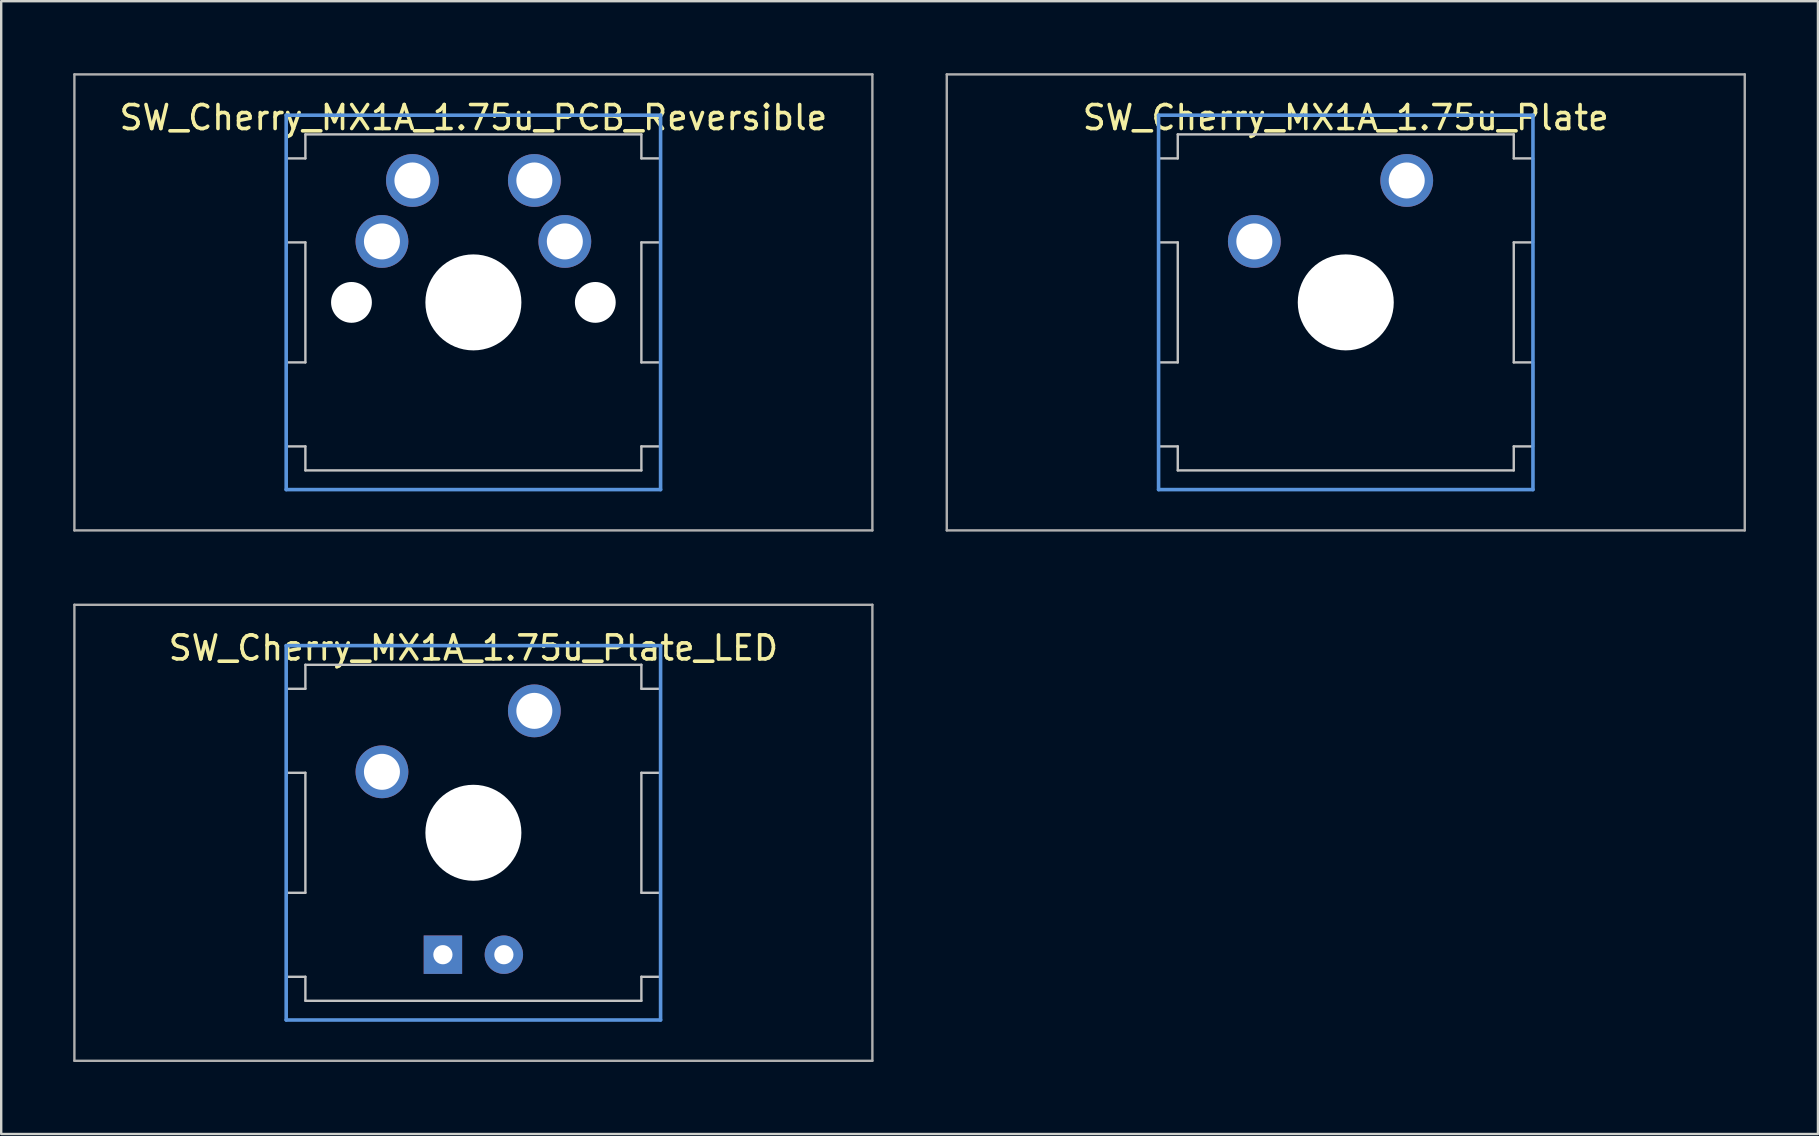
<source format=kicad_pcb>
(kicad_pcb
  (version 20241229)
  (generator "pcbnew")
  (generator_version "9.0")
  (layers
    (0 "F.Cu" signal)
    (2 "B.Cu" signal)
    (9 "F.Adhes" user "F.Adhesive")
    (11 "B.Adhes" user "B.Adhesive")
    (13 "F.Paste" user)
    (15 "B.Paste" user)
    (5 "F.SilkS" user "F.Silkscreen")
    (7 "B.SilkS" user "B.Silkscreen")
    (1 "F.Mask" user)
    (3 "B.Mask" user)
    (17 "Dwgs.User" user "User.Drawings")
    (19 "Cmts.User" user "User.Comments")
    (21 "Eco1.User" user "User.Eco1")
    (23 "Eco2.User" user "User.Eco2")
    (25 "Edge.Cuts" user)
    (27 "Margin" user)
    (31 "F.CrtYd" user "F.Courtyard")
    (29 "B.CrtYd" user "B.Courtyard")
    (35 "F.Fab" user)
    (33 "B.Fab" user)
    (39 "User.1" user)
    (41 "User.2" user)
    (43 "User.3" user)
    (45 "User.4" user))
  (footprint "SW_Cherry_MX1A_1.75u_Plate_LED"
    (layer "F.Cu")
    (at 16.675 31.65)
    (property "Reference" "SW_Cherry_MX1A_1.75u_Plate_LED" (at 0 -7.7 0) (layer "F.SilkS") (effects (font (size 1 1) (thickness 0.15))))
    (attr through_hole)
    (fp_line (start -7.8 -6) (end -7 -6) (stroke (width 0.1) (type solid)) (layer "Dwgs.User"))
    (fp_line (start -7.8 -2.5) (end -7.8 -6) (stroke (width 0.1) (type solid)) (layer "Dwgs.User"))
    (fp_line (start -7.8 -2.5) (end -7 -2.5) (stroke (width 0.1) (type solid)) (layer "Dwgs.User"))
    (fp_line (start -7.8 2.5) (end -7 2.5) (stroke (width 0.1) (type solid)) (layer "Dwgs.User"))
    (fp_line (start -7.8 6) (end -7.8 2.5) (stroke (width 0.1) (type solid)) (layer "Dwgs.User"))
    (fp_line (start -7.8 6) (end -7 6) (stroke (width 0.1) (type solid)) (layer "Dwgs.User"))
    (fp_line (start -7 -7) (end 7 -7) (stroke (width 0.1) (type solid)) (layer "Dwgs.User"))
    (fp_line (start -7 -6) (end -7 -7) (stroke (width 0.1) (type solid)) (layer "Dwgs.User"))
    (fp_line (start -7 -2.5) (end -7 2.5) (stroke (width 0.1) (type solid)) (layer "Dwgs.User"))
    (fp_line (start -7 7) (end -7 6) (stroke (width 0.1) (type solid)) (layer "Dwgs.User"))
    (fp_line (start -7 7) (end 7 7) (stroke (width 0.1) (type solid)) (layer "Dwgs.User"))
    (fp_line (start 7 -6) (end 7 -7) (stroke (width 0.1) (type solid)) (layer "Dwgs.User"))
    (fp_line (start 7 -6) (end 7.8 -6) (stroke (width 0.1) (type solid)) (layer "Dwgs.User"))
    (fp_line (start 7 -2.5) (end 7 2.5) (stroke (width 0.1) (type solid)) (layer "Dwgs.User"))
    (fp_line (start 7 -2.5) (end 7.8 -2.5) (stroke (width 0.1) (type solid)) (layer "Dwgs.User"))
    (fp_line (start 7 2.5) (end 7.8 2.5) (stroke (width 0.1) (type solid)) (layer "Dwgs.User"))
    (fp_line (start 7 6) (end 7.8 6) (stroke (width 0.1) (type solid)) (layer "Dwgs.User"))
    (fp_line (start 7 7) (end 7 6) (stroke (width 0.1) (type solid)) (layer "Dwgs.User"))
    (fp_line (start 7.8 -2.5) (end 7.8 -6) (stroke (width 0.1) (type solid)) (layer "Dwgs.User"))
    (fp_line (start 7.8 6) (end 7.8 2.5) (stroke (width 0.1) (type solid)) (layer "Dwgs.User"))
    (fp_line (start -7.8 -7.8) (end 7.8 -7.8) (stroke (width 0.15) (type solid)) (layer "Cmts.User"))
    (fp_line (start -7.8 7.8) (end -7.8 -7.8) (stroke (width 0.15) (type solid)) (layer "Cmts.User"))
    (fp_line (start 7.8 -7.8) (end 7.8 7.8) (stroke (width 0.15) (type solid)) (layer "Cmts.User"))
    (fp_line (start 7.8 7.8) (end -7.8 7.8) (stroke (width 0.15) (type solid)) (layer "Cmts.User"))
    (fp_line (start -16.625 -9.5) (end 16.625 -9.5) (stroke (width 0.1) (type solid)) (layer "F.Fab"))
    (fp_line (start -16.625 9.5) (end -16.625 -9.5) (stroke (width 0.1) (type solid)) (layer "F.Fab"))
    (fp_line (start 16.625 -9.5) (end 16.625 9.5) (stroke (width 0.1) (type solid)) (layer "F.Fab"))
    (fp_line (start 16.625 9.5) (end -16.625 9.5) (stroke (width 0.1) (type solid)) (layer "F.Fab"))
    (pad "" np_thru_hole circle (at 0 0) (size 4 4) (drill 4) (layers "*.Cu" "*.Mask"))
    (pad "1" thru_hole circle (at -3.81 -2.54) (size 2.2 2.2) (drill 1.5) (layers "*.Cu" "*.Mask"))
    (pad "2" thru_hole circle (at 2.54 -5.08) (size 2.2 2.2) (drill 1.5) (layers "*.Cu" "*.Mask"))
    (pad "3" thru_hole rect (at -1.27 5.08) (size 1.6 1.6) (drill 0.8) (layers "*.Cu" "*.Mask"))
    (pad "4" thru_hole circle (at 1.27 5.08) (size 1.6 1.6) (drill 0.8) (layers "*.Cu" "*.Mask")))
  (footprint "SW_Cherry_MX1A_1.75u_PCB_Reversible"
    (layer "F.Cu")
    (at 16.675 9.55)
    (property "Reference" "SW_Cherry_MX1A_1.75u_PCB_Reversible" (at 0 -7.7 0) (layer "F.SilkS") (effects (font (size 1 1) (thickness 0.15))))
    (attr through_hole)
    (fp_line (start -7.8 -6) (end -7 -6) (stroke (width 0.1) (type solid)) (layer "Dwgs.User"))
    (fp_line (start -7.8 -2.5) (end -7.8 -6) (stroke (width 0.1) (type solid)) (layer "Dwgs.User"))
    (fp_line (start -7.8 -2.5) (end -7 -2.5) (stroke (width 0.1) (type solid)) (layer "Dwgs.User"))
    (fp_line (start -7.8 2.5) (end -7 2.5) (stroke (width 0.1) (type solid)) (layer "Dwgs.User"))
    (fp_line (start -7.8 6) (end -7.8 2.5) (stroke (width 0.1) (type solid)) (layer "Dwgs.User"))
    (fp_line (start -7.8 6) (end -7 6) (stroke (width 0.1) (type solid)) (layer "Dwgs.User"))
    (fp_line (start -7 -7) (end 7 -7) (stroke (width 0.1) (type solid)) (layer "Dwgs.User"))
    (fp_line (start -7 -6) (end -7 -7) (stroke (width 0.1) (type solid)) (layer "Dwgs.User"))
    (fp_line (start -7 -2.5) (end -7 2.5) (stroke (width 0.1) (type solid)) (layer "Dwgs.User"))
    (fp_line (start -7 7) (end -7 6) (stroke (width 0.1) (type solid)) (layer "Dwgs.User"))
    (fp_line (start -7 7) (end 7 7) (stroke (width 0.1) (type solid)) (layer "Dwgs.User"))
    (fp_line (start 7 -6) (end 7 -7) (stroke (width 0.1) (type solid)) (layer "Dwgs.User"))
    (fp_line (start 7 -6) (end 7.8 -6) (stroke (width 0.1) (type solid)) (layer "Dwgs.User"))
    (fp_line (start 7 -2.5) (end 7 2.5) (stroke (width 0.1) (type solid)) (layer "Dwgs.User"))
    (fp_line (start 7 -2.5) (end 7.8 -2.5) (stroke (width 0.1) (type solid)) (layer "Dwgs.User"))
    (fp_line (start 7 2.5) (end 7.8 2.5) (stroke (width 0.1) (type solid)) (layer "Dwgs.User"))
    (fp_line (start 7 6) (end 7.8 6) (stroke (width 0.1) (type solid)) (layer "Dwgs.User"))
    (fp_line (start 7 7) (end 7 6) (stroke (width 0.1) (type solid)) (layer "Dwgs.User"))
    (fp_line (start 7.8 -2.5) (end 7.8 -6) (stroke (width 0.1) (type solid)) (layer "Dwgs.User"))
    (fp_line (start 7.8 6) (end 7.8 2.5) (stroke (width 0.1) (type solid)) (layer "Dwgs.User"))
    (fp_line (start -7.8 -7.8) (end 7.8 -7.8) (stroke (width 0.15) (type solid)) (layer "Cmts.User"))
    (fp_line (start -7.8 7.8) (end -7.8 -7.8) (stroke (width 0.15) (type solid)) (layer "Cmts.User"))
    (fp_line (start 7.8 -7.8) (end 7.8 7.8) (stroke (width 0.15) (type solid)) (layer "Cmts.User"))
    (fp_line (start 7.8 7.8) (end -7.8 7.8) (stroke (width 0.15) (type solid)) (layer "Cmts.User"))
    (fp_line (start -16.625 -9.5) (end 16.625 -9.5) (stroke (width 0.1) (type solid)) (layer "F.Fab"))
    (fp_line (start -16.625 9.5) (end -16.625 -9.5) (stroke (width 0.1) (type solid)) (layer "F.Fab"))
    (fp_line (start 16.625 -9.5) (end 16.625 9.5) (stroke (width 0.1) (type solid)) (layer "F.Fab"))
    (fp_line (start 16.625 9.5) (end -16.625 9.5) (stroke (width 0.1) (type solid)) (layer "F.Fab"))
    (pad "" np_thru_hole circle (at -5.08 0) (size 1.7 1.7) (drill 1.7) (layers "*.Cu" "*.Mask"))
    (pad "" np_thru_hole circle (at 0 0) (size 4 4) (drill 4) (layers "*.Cu" "*.Mask"))
    (pad "" np_thru_hole circle (at 5.08 0) (size 1.7 1.7) (drill 1.7) (layers "*.Cu" "*.Mask"))
    (pad "1" thru_hole circle (at -3.81 -2.54) (size 2.2 2.2) (drill 1.5) (layers "*.Cu" "*.Mask"))
    (pad "1" thru_hole circle (at -2.54 -5.08) (size 2.2 2.2) (drill 1.5) (layers "*.Cu" "*.Mask"))
    (pad "2" thru_hole circle (at 2.54 -5.08) (size 2.2 2.2) (drill 1.5) (layers "*.Cu" "*.Mask"))
    (pad "2" thru_hole circle (at 3.81 -2.54) (size 2.2 2.2) (drill 1.5) (layers "*.Cu" "*.Mask")))
  (footprint "SW_Cherry_MX1A_1.75u_Plate"
    (layer "F.Cu")
    (at 53.025 9.55)
    (property "Reference" "SW_Cherry_MX1A_1.75u_Plate" (at 0 -7.7 0) (layer "F.SilkS") (effects (font (size 1 1) (thickness 0.15))))
    (attr through_hole)
    (fp_line (start -7.8 -6) (end -7 -6) (stroke (width 0.1) (type solid)) (layer "Dwgs.User"))
    (fp_line (start -7.8 -2.5) (end -7.8 -6) (stroke (width 0.1) (type solid)) (layer "Dwgs.User"))
    (fp_line (start -7.8 -2.5) (end -7 -2.5) (stroke (width 0.1) (type solid)) (layer "Dwgs.User"))
    (fp_line (start -7.8 2.5) (end -7 2.5) (stroke (width 0.1) (type solid)) (layer "Dwgs.User"))
    (fp_line (start -7.8 6) (end -7.8 2.5) (stroke (width 0.1) (type solid)) (layer "Dwgs.User"))
    (fp_line (start -7.8 6) (end -7 6) (stroke (width 0.1) (type solid)) (layer "Dwgs.User"))
    (fp_line (start -7 -7) (end 7 -7) (stroke (width 0.1) (type solid)) (layer "Dwgs.User"))
    (fp_line (start -7 -6) (end -7 -7) (stroke (width 0.1) (type solid)) (layer "Dwgs.User"))
    (fp_line (start -7 -2.5) (end -7 2.5) (stroke (width 0.1) (type solid)) (layer "Dwgs.User"))
    (fp_line (start -7 7) (end -7 6) (stroke (width 0.1) (type solid)) (layer "Dwgs.User"))
    (fp_line (start -7 7) (end 7 7) (stroke (width 0.1) (type solid)) (layer "Dwgs.User"))
    (fp_line (start 7 -6) (end 7 -7) (stroke (width 0.1) (type solid)) (layer "Dwgs.User"))
    (fp_line (start 7 -6) (end 7.8 -6) (stroke (width 0.1) (type solid)) (layer "Dwgs.User"))
    (fp_line (start 7 -2.5) (end 7 2.5) (stroke (width 0.1) (type solid)) (layer "Dwgs.User"))
    (fp_line (start 7 -2.5) (end 7.8 -2.5) (stroke (width 0.1) (type solid)) (layer "Dwgs.User"))
    (fp_line (start 7 2.5) (end 7.8 2.5) (stroke (width 0.1) (type solid)) (layer "Dwgs.User"))
    (fp_line (start 7 6) (end 7.8 6) (stroke (width 0.1) (type solid)) (layer "Dwgs.User"))
    (fp_line (start 7 7) (end 7 6) (stroke (width 0.1) (type solid)) (layer "Dwgs.User"))
    (fp_line (start 7.8 -2.5) (end 7.8 -6) (stroke (width 0.1) (type solid)) (layer "Dwgs.User"))
    (fp_line (start 7.8 6) (end 7.8 2.5) (stroke (width 0.1) (type solid)) (layer "Dwgs.User"))
    (fp_line (start -7.8 -7.8) (end 7.8 -7.8) (stroke (width 0.15) (type solid)) (layer "Cmts.User"))
    (fp_line (start -7.8 7.8) (end -7.8 -7.8) (stroke (width 0.15) (type solid)) (layer "Cmts.User"))
    (fp_line (start 7.8 -7.8) (end 7.8 7.8) (stroke (width 0.15) (type solid)) (layer "Cmts.User"))
    (fp_line (start 7.8 7.8) (end -7.8 7.8) (stroke (width 0.15) (type solid)) (layer "Cmts.User"))
    (fp_line (start -16.625 -9.5) (end 16.625 -9.5) (stroke (width 0.1) (type solid)) (layer "F.Fab"))
    (fp_line (start -16.625 9.5) (end -16.625 -9.5) (stroke (width 0.1) (type solid)) (layer "F.Fab"))
    (fp_line (start 16.625 -9.5) (end 16.625 9.5) (stroke (width 0.1) (type solid)) (layer "F.Fab"))
    (fp_line (start 16.625 9.5) (end -16.625 9.5) (stroke (width 0.1) (type solid)) (layer "F.Fab"))
    (pad "" np_thru_hole circle (at 0 0) (size 4 4) (drill 4) (layers "*.Cu" "*.Mask"))
    (pad "1" thru_hole circle (at -3.81 -2.54) (size 2.2 2.2) (drill 1.5) (layers "*.Cu" "*.Mask"))
    (pad "2" thru_hole circle (at 2.54 -5.08) (size 2.2 2.2) (drill 1.5) (layers "*.Cu" "*.Mask")))
  (gr_rect
    (start -3 -3)
    (end 72.7 44.2)
    (stroke (width 0.1) (type default))
    (fill no)
    (layer "Edge.Cuts")))
</source>
